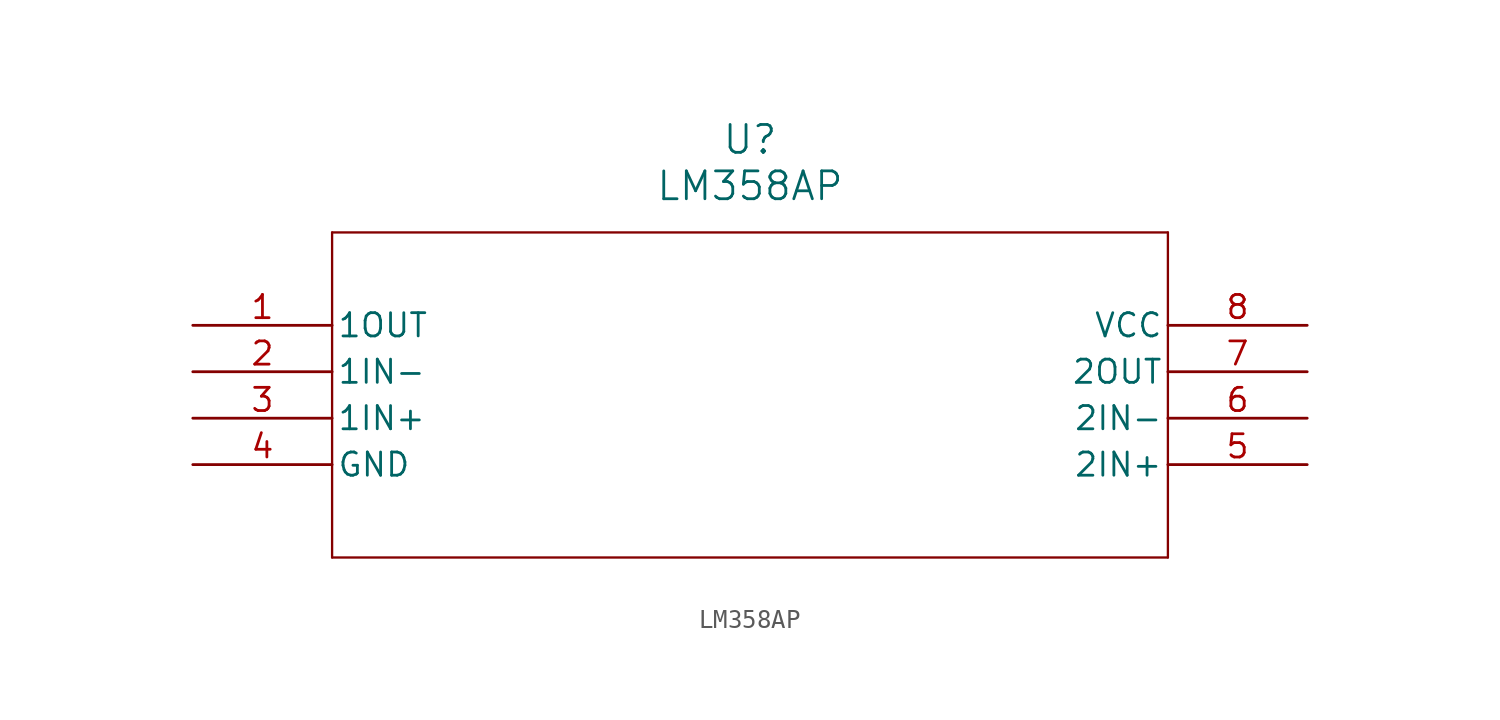
<source format=kicad_sym>
(kicad_symbol_lib
  (version 20211014)
  (generator kicad_symbol_editor)
  (symbol "LM358AP"
    (pin_names
      (offset 0.254))
    (property "Reference" "U"
      (at 30.48 10.16 0)
      (effects (font (size 1.524 1.524))))
    (property "Value" "LM358AP"
      (at 30.48 7.62 0)
      (effects (font (size 1.524 1.524))))
    (symbol "LM358AP_0_1"
      (polyline (pts (xy 7.62 5.08) (xy 7.62 -12.7)) (stroke (width 0.127) (type default) (color 0 0 0 0)) (fill (type none)))
      (polyline (pts (xy 7.62 -12.7) (xy 53.34 -12.7)) (stroke (width 0.127) (type default) (color 0 0 0 0)) (fill (type none)))
      (polyline (pts (xy 53.34 -12.7) (xy 53.34 5.08)) (stroke (width 0.127) (type default) (color 0 0 0 0)) (fill (type none)))
      (polyline (pts (xy 53.34 5.08) (xy 7.62 5.08)) (stroke (width 0.127) (type default) (color 0 0 0 0)) (fill (type none)))
      (pin output line (at 0 0 0) (length 7.62) (name "1OUT" (effects (font (size 1.27 1.27)))) (number "1" (effects (font (size 1.27 1.27)))))
      (pin input line (at 0 -2.54 0) (length 7.62) (name "1IN-" (effects (font (size 1.27 1.27)))) (number "2" (effects (font (size 1.27 1.27)))))
      (pin input line (at 0 -5.08 0) (length 7.62) (name "1IN+" (effects (font (size 1.27 1.27)))) (number "3" (effects (font (size 1.27 1.27)))))
      (pin power_in line (at 0 -7.62 0) (length 7.62) (name "GND" (effects (font (size 1.27 1.27)))) (number "4" (effects (font (size 1.27 1.27)))))
      (pin input line (at 60.96 -7.62 180) (length 7.62) (name "2IN+" (effects (font (size 1.27 1.27)))) (number "5" (effects (font (size 1.27 1.27)))))
      (pin input line (at 60.96 -5.08 180) (length 7.62) (name "2IN-" (effects (font (size 1.27 1.27)))) (number "6" (effects (font (size 1.27 1.27)))))
      (pin output line (at 60.96 -2.54 180) (length 7.62) (name "2OUT" (effects (font (size 1.27 1.27)))) (number "7" (effects (font (size 1.27 1.27)))))
      (pin power_in line (at 60.96 0 180) (length 7.62) (name "VCC" (effects (font (size 1.27 1.27)))) (number "8" (effects (font (size 1.27 1.27))))))))
</source>
